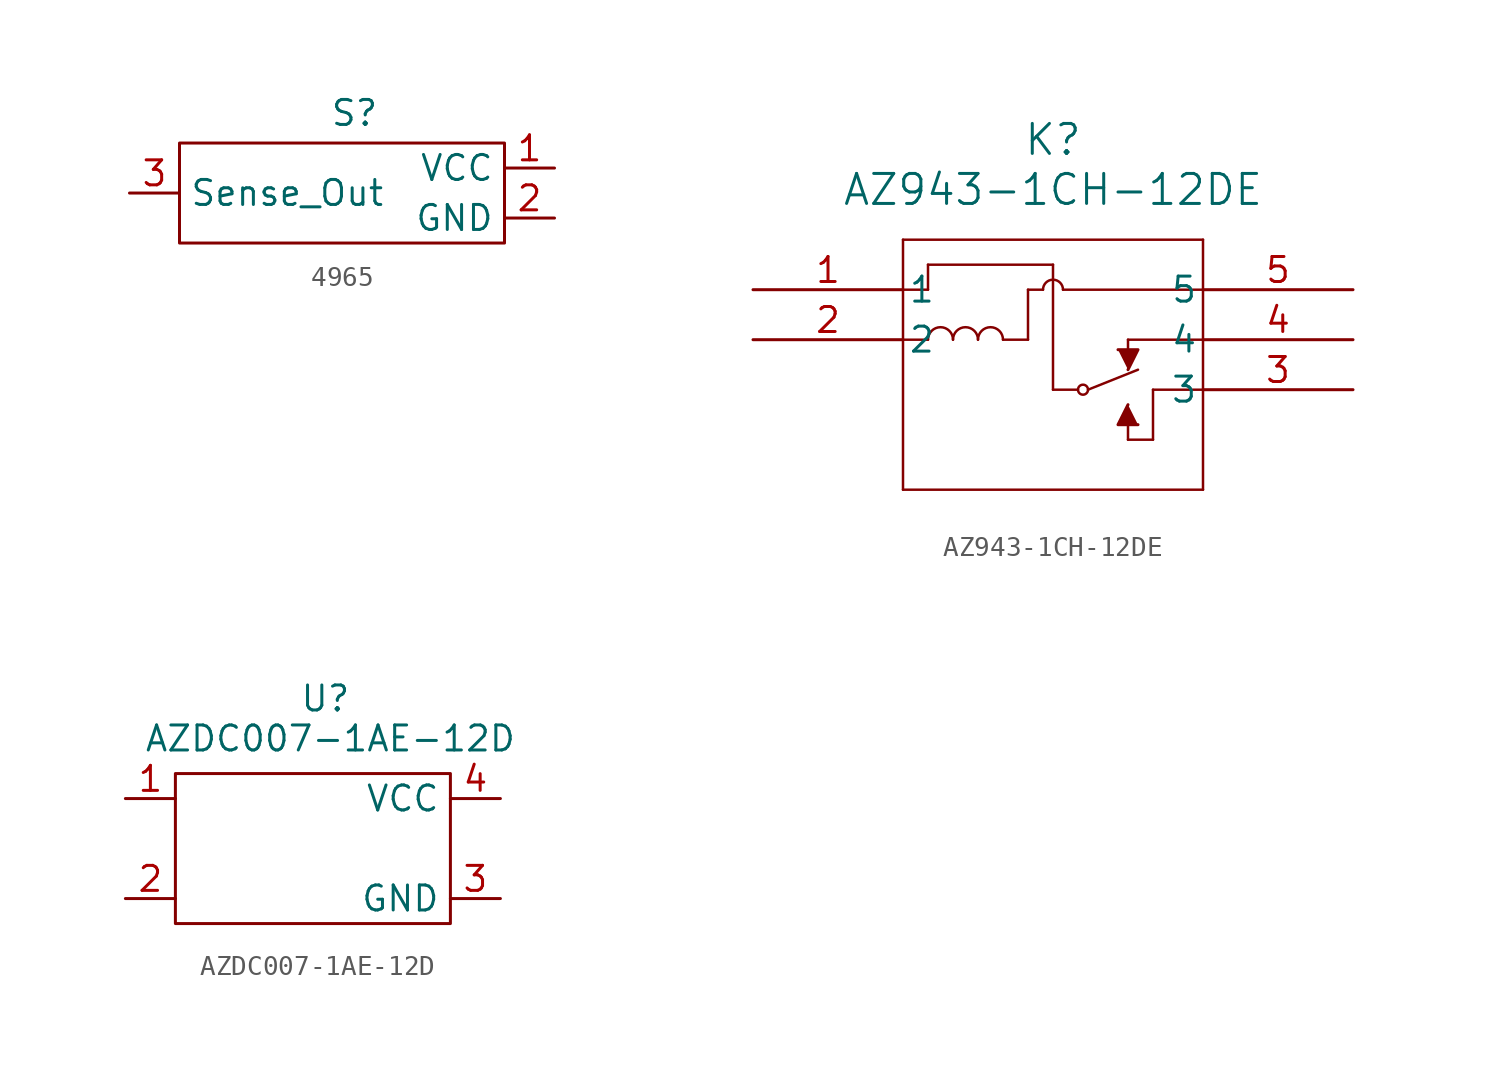
<source format=kicad_sym>
(kicad_symbol_lib
  (version 20231120)
  (generator "kicad_symbol_editor")
  (generator_version "8.0")
  (symbol "4965"
    (property "Reference" "S"
      (at 0 4.064 0)
      (effects (font (size 1.27 1.27))))
    (property "Value" ""
      (at 2.54 0 0)
      (effects (font (size 1.27 1.27))))
    (symbol "4965_0_1"
      (rectangle (start -8.89 2.54) (end 7.62 -2.54) (stroke (width 0) (type default)) (fill (type none))))
    (symbol "4965_1_1"
      (pin power_in line (at 10.16 1.27 180) (length 2.54) (name "VCC" (effects (font (size 1.27 1.27)))) (number "1" (effects (font (size 1.27 1.27)))))
      (pin power_in line (at 10.16 -1.27 180) (length 2.54) (name "GND" (effects (font (size 1.27 1.27)))) (number "2" (effects (font (size 1.27 1.27)))))
      (pin output line (at -11.43 0 0) (length 2.54) (name "Sense_Out" (effects (font (size 1.27 1.27)))) (number "3" (effects (font (size 1.27 1.27)))))))
  (symbol "AZ943-1CH-12DE"
    (pin_names
      (offset 0.254))
    (property "Reference" "K"
      (at 15.24 7.62 0)
      (effects (font (size 1.524 1.524))))
    (property "Value" "AZ943-1CH-12DE"
      (at 15.24 5.08 0)
      (effects (font (size 1.524 1.524))))
    (property "ki_locked" ""
      (at 0 0 0)
      (effects (font (size 1.27 1.27))))
    (symbol "AZ943-1CH-12DE_0_1"
      (polyline (pts (xy 7.62 -10.16) (xy 22.86 -10.16)) (stroke (width 0.127) (type default)) (fill (type none)))
      (polyline (pts (xy 7.62 -2.54) (xy 8.89 -2.54)) (stroke (width 0.127) (type default)) (fill (type none)))
      (polyline (pts (xy 7.62 0) (xy 8.89 0)) (stroke (width 0.127) (type default)) (fill (type none)))
      (polyline (pts (xy 7.62 2.54) (xy 7.62 -10.16)) (stroke (width 0.127) (type default)) (fill (type none)))
      (polyline (pts (xy 8.89 0) (xy 8.89 1.27)) (stroke (width 0.127) (type default)) (fill (type none)))
      (polyline (pts (xy 8.89 1.27) (xy 15.24 1.27)) (stroke (width 0.127) (type default)) (fill (type none)))
      (polyline (pts (xy 12.7 -2.54) (xy 13.97 -2.54)) (stroke (width 0.127) (type default)) (fill (type none)))
      (polyline (pts (xy 13.97 -2.54) (xy 13.97 0)) (stroke (width 0.127) (type default)) (fill (type none)))
      (polyline (pts (xy 13.97 0) (xy 14.732 0)) (stroke (width 0.127) (type default)) (fill (type none)))
      (polyline (pts (xy 15.24 -5.08) (xy 16.51 -5.08)) (stroke (width 0.127) (type default)) (fill (type none)))
      (polyline (pts (xy 15.24 1.27) (xy 15.24 -5.08)) (stroke (width 0.127) (type default)) (fill (type none)))
      (polyline (pts (xy 17.018 -5.08) (xy 19.558 -4.064)) (stroke (width 0.127) (type default)) (fill (type none)))
      (polyline (pts (xy 19.05 -7.62) (xy 19.05 -6.35)) (stroke (width 0.127) (type default)) (fill (type none)))
      (polyline (pts (xy 19.05 -7.62) (xy 20.32 -7.62)) (stroke (width 0.127) (type default)) (fill (type none)))
      (polyline (pts (xy 19.05 -2.54) (xy 19.05 -3.81)) (stroke (width 0.127) (type default)) (fill (type none)))
      (polyline (pts (xy 19.05 -2.54) (xy 22.86 -2.54)) (stroke (width 0.127) (type default)) (fill (type none)))
      (polyline (pts (xy 20.32 -7.62) (xy 20.32 -5.08)) (stroke (width 0.127) (type default)) (fill (type none)))
      (polyline (pts (xy 22.86 -10.16) (xy 22.86 2.54)) (stroke (width 0.127) (type default)) (fill (type none)))
      (polyline (pts (xy 22.86 -5.08) (xy 20.32 -5.08)) (stroke (width 0.127) (type default)) (fill (type none)))
      (polyline (pts (xy 22.86 0) (xy 15.748 0)) (stroke (width 0.127) (type default)) (fill (type none)))
      (polyline (pts (xy 22.86 2.54) (xy 7.62 2.54)) (stroke (width 0.127) (type default)) (fill (type none)))
      (polyline (pts (xy 19.05 -5.842) (xy 18.542 -6.858) (xy 19.558 -6.858)) (stroke (width 0) (type default)) (fill (type outline)))
      (polyline (pts (xy 19.05 -4.064) (xy 19.558 -3.048) (xy 18.542 -3.048)) (stroke (width 0) (type default)) (fill (type outline)))
      (arc (start 10.16 -2.54) (mid 9.525 -1.9077) (end 8.89 -2.54) (stroke (width 0.127) (type default)) (fill (type none)))
      (arc (start 11.43 -2.54) (mid 10.795 -1.9077) (end 10.16 -2.54) (stroke (width 0.127) (type default)) (fill (type none)))
      (arc (start 12.7 -2.54) (mid 12.065 -1.9077) (end 11.43 -2.54) (stroke (width 0.127) (type default)) (fill (type none)))
      (arc (start 15.748 0) (mid 15.24 0.5058) (end 14.732 0) (stroke (width 0.127) (type default)) (fill (type none)))
      (circle (center 16.764 -5.08) (radius 0.254) (stroke (width 0.127) (type default)) (fill (type none)))
      (pin unspecified line (at 0 0 0) (length 7.62) (name "1" (effects (font (size 1.27 1.27)))) (number "1" (effects (font (size 1.27 1.27)))))
      (pin unspecified line (at 0 -2.54 0) (length 7.62) (name "2" (effects (font (size 1.27 1.27)))) (number "2" (effects (font (size 1.27 1.27)))))
      (pin unspecified line (at 30.48 -5.08 180) (length 7.62) (name "3" (effects (font (size 1.27 1.27)))) (number "3" (effects (font (size 1.27 1.27)))))
      (pin unspecified line (at 30.48 -2.54 180) (length 7.62) (name "4" (effects (font (size 1.27 1.27)))) (number "4" (effects (font (size 1.27 1.27)))))
      (pin unspecified line (at 30.48 0 180) (length 7.62) (name "5" (effects (font (size 1.27 1.27)))) (number "5" (effects (font (size 1.27 1.27)))))))
  (symbol "AZDC007-1AE-12D"
    (property "Reference" "U"
      (at 0 7.62 0)
      (effects (font (size 1.27 1.27))))
    (property "Value" "AZDC007-1AE-12D"
      (at 0.254 5.588 0)
      (effects (font (size 1.27 1.27))))
    (symbol "AZDC007-1AE-12D_0_1"
      (rectangle (start -7.62 3.81) (end 6.35 -3.81) (stroke (width 0) (type default)) (fill (type none))))
    (symbol "AZDC007-1AE-12D_1_1"
      (pin input line (at -10.16 2.54 0) (length 2.54) (name "" (effects (font (size 1.27 1.27)))) (number "1" (effects (font (size 1.27 1.27)))))
      (pin input line (at -10.16 -2.54 0) (length 2.54) (name "" (effects (font (size 1.27 1.27)))) (number "2" (effects (font (size 1.27 1.27)))))
      (pin output line (at 8.89 -2.54 180) (length 2.54) (name "GND" (effects (font (size 1.27 1.27)))) (number "3" (effects (font (size 1.27 1.27)))))
      (pin output line (at 8.89 2.54 180) (length 2.54) (name "VCC" (effects (font (size 1.27 1.27)))) (number "4" (effects (font (size 1.27 1.27))))))))
</source>
